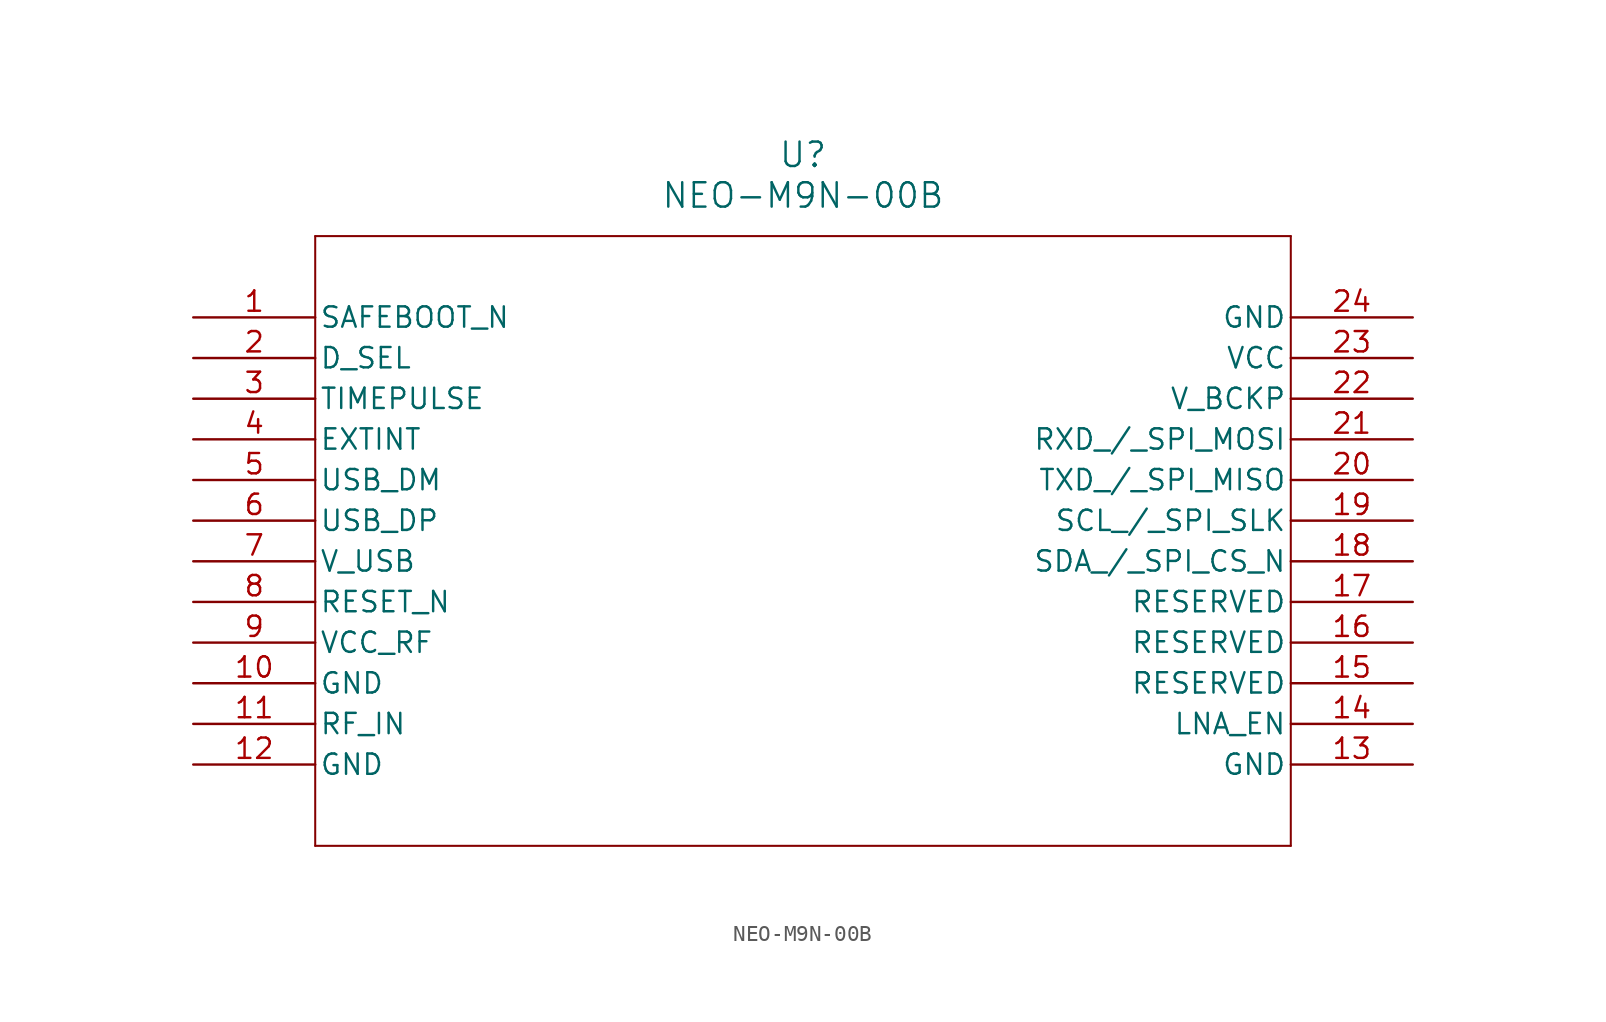
<source format=kicad_sym>
(kicad_symbol_lib
  (version 20231120)
  (generator "kicad_symbol_editor")
  (generator_version "8.0")
  (symbol "NEO-M9N-00B"
    (pin_names
      (offset 0.254))
    (property "Reference" "U"
      (at 38.1 10.16 0)
      (effects (font (size 1.524 1.524))))
    (property "Value" "NEO-M9N-00B"
      (at 38.1 7.62 0)
      (effects (font (size 1.524 1.524))))
    (property "ki_locked" ""
      (at 0 0 0)
      (effects (font (size 1.27 1.27))))
    (symbol "NEO-M9N-00B_0_1"
      (polyline (pts (xy 7.62 -33.02) (xy 68.58 -33.02)) (stroke (width 0.127) (type default)) (fill (type none)))
      (polyline (pts (xy 7.62 5.08) (xy 7.62 -33.02)) (stroke (width 0.127) (type default)) (fill (type none)))
      (polyline (pts (xy 68.58 -33.02) (xy 68.58 5.08)) (stroke (width 0.127) (type default)) (fill (type none)))
      (polyline (pts (xy 68.58 5.08) (xy 7.62 5.08)) (stroke (width 0.127) (type default)) (fill (type none)))
      (pin unspecified line (at 0 0 0) (length 7.62) (name "SAFEBOOT_N" (effects (font (size 1.27 1.27)))) (number "1" (effects (font (size 1.27 1.27)))))
      (pin power_out line (at 0 -22.86 0) (length 7.62) (name "GND" (effects (font (size 1.27 1.27)))) (number "10" (effects (font (size 1.27 1.27)))))
      (pin unspecified line (at 0 -25.4 0) (length 7.62) (name "RF_IN" (effects (font (size 1.27 1.27)))) (number "11" (effects (font (size 1.27 1.27)))))
      (pin power_out line (at 0 -27.94 0) (length 7.62) (name "GND" (effects (font (size 1.27 1.27)))) (number "12" (effects (font (size 1.27 1.27)))))
      (pin power_out line (at 76.2 -27.94 180) (length 7.62) (name "GND" (effects (font (size 1.27 1.27)))) (number "13" (effects (font (size 1.27 1.27)))))
      (pin unspecified line (at 76.2 -25.4 180) (length 7.62) (name "LNA_EN" (effects (font (size 1.27 1.27)))) (number "14" (effects (font (size 1.27 1.27)))))
      (pin unspecified line (at 76.2 -22.86 180) (length 7.62) (name "RESERVED" (effects (font (size 1.27 1.27)))) (number "15" (effects (font (size 1.27 1.27)))))
      (pin unspecified line (at 76.2 -20.32 180) (length 7.62) (name "RESERVED" (effects (font (size 1.27 1.27)))) (number "16" (effects (font (size 1.27 1.27)))))
      (pin unspecified line (at 76.2 -17.78 180) (length 7.62) (name "RESERVED" (effects (font (size 1.27 1.27)))) (number "17" (effects (font (size 1.27 1.27)))))
      (pin unspecified line (at 76.2 -15.24 180) (length 7.62) (name "SDA_/_SPI_CS_N" (effects (font (size 1.27 1.27)))) (number "18" (effects (font (size 1.27 1.27)))))
      (pin unspecified line (at 76.2 -12.7 180) (length 7.62) (name "SCL_/_SPI_SLK" (effects (font (size 1.27 1.27)))) (number "19" (effects (font (size 1.27 1.27)))))
      (pin unspecified line (at 0 -2.54 0) (length 7.62) (name "D_SEL" (effects (font (size 1.27 1.27)))) (number "2" (effects (font (size 1.27 1.27)))))
      (pin unspecified line (at 76.2 -10.16 180) (length 7.62) (name "TXD_/_SPI_MISO" (effects (font (size 1.27 1.27)))) (number "20" (effects (font (size 1.27 1.27)))))
      (pin unspecified line (at 76.2 -7.62 180) (length 7.62) (name "RXD_/_SPI_MOSI" (effects (font (size 1.27 1.27)))) (number "21" (effects (font (size 1.27 1.27)))))
      (pin unspecified line (at 76.2 -5.08 180) (length 7.62) (name "V_BCKP" (effects (font (size 1.27 1.27)))) (number "22" (effects (font (size 1.27 1.27)))))
      (pin power_in line (at 76.2 -2.54 180) (length 7.62) (name "VCC" (effects (font (size 1.27 1.27)))) (number "23" (effects (font (size 1.27 1.27)))))
      (pin power_out line (at 76.2 0 180) (length 7.62) (name "GND" (effects (font (size 1.27 1.27)))) (number "24" (effects (font (size 1.27 1.27)))))
      (pin unspecified line (at 0 -5.08 0) (length 7.62) (name "TIMEPULSE" (effects (font (size 1.27 1.27)))) (number "3" (effects (font (size 1.27 1.27)))))
      (pin unspecified line (at 0 -7.62 0) (length 7.62) (name "EXTINT" (effects (font (size 1.27 1.27)))) (number "4" (effects (font (size 1.27 1.27)))))
      (pin unspecified line (at 0 -10.16 0) (length 7.62) (name "USB_DM" (effects (font (size 1.27 1.27)))) (number "5" (effects (font (size 1.27 1.27)))))
      (pin unspecified line (at 0 -12.7 0) (length 7.62) (name "USB_DP" (effects (font (size 1.27 1.27)))) (number "6" (effects (font (size 1.27 1.27)))))
      (pin unspecified line (at 0 -15.24 0) (length 7.62) (name "V_USB" (effects (font (size 1.27 1.27)))) (number "7" (effects (font (size 1.27 1.27)))))
      (pin unspecified line (at 0 -17.78 0) (length 7.62) (name "RESET_N" (effects (font (size 1.27 1.27)))) (number "8" (effects (font (size 1.27 1.27)))))
      (pin power_in line (at 0 -20.32 0) (length 7.62) (name "VCC_RF" (effects (font (size 1.27 1.27)))) (number "9" (effects (font (size 1.27 1.27))))))))
</source>
